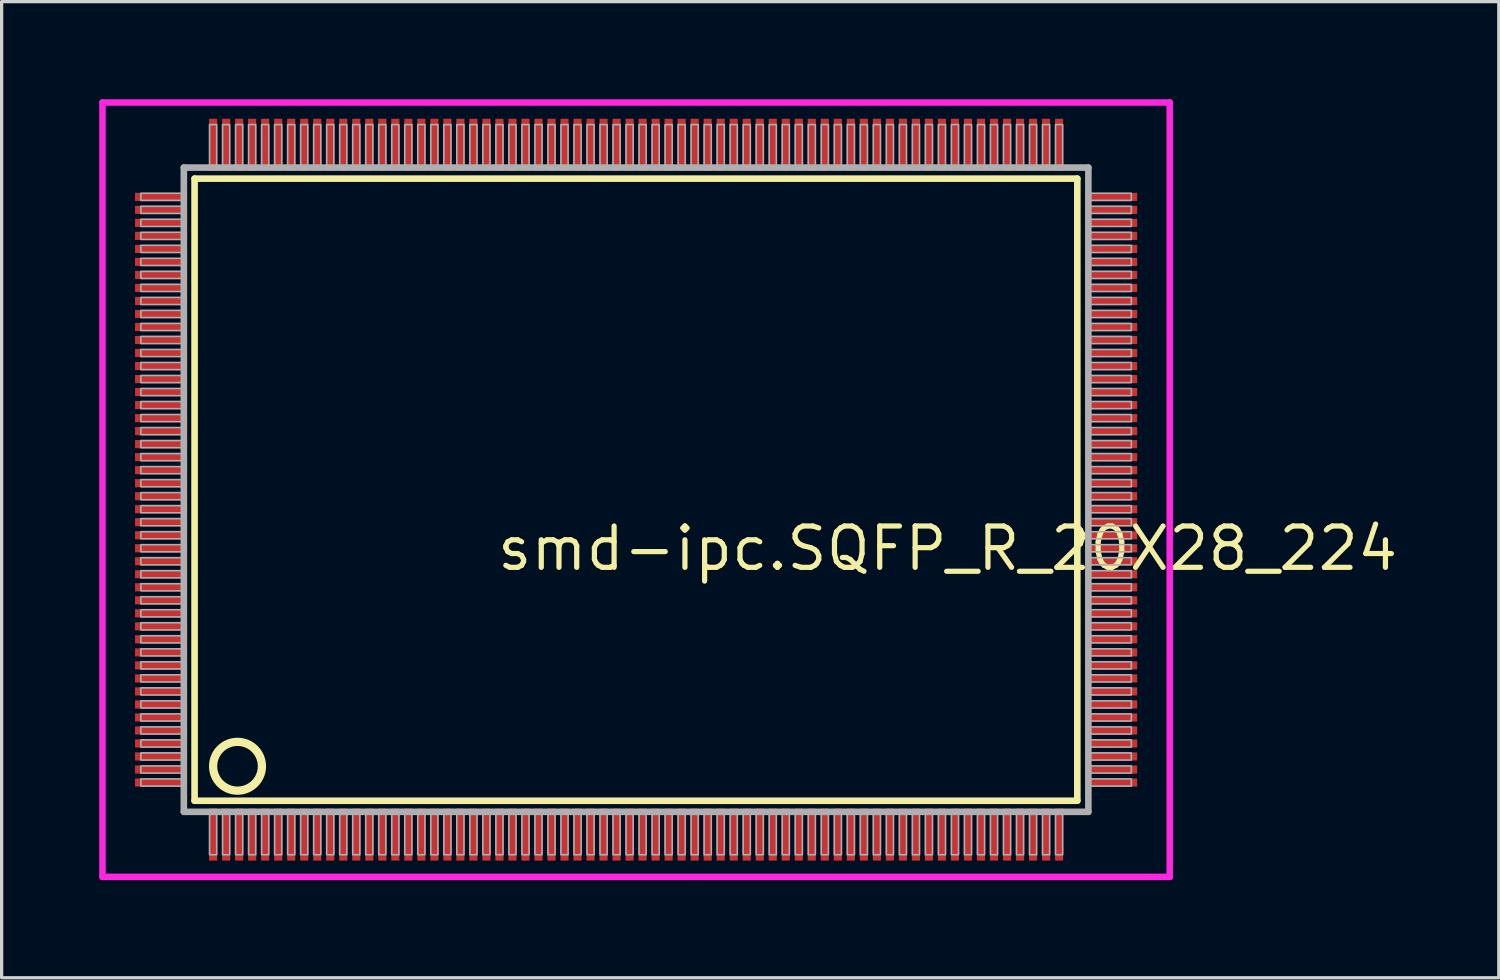
<source format=kicad_pcb>
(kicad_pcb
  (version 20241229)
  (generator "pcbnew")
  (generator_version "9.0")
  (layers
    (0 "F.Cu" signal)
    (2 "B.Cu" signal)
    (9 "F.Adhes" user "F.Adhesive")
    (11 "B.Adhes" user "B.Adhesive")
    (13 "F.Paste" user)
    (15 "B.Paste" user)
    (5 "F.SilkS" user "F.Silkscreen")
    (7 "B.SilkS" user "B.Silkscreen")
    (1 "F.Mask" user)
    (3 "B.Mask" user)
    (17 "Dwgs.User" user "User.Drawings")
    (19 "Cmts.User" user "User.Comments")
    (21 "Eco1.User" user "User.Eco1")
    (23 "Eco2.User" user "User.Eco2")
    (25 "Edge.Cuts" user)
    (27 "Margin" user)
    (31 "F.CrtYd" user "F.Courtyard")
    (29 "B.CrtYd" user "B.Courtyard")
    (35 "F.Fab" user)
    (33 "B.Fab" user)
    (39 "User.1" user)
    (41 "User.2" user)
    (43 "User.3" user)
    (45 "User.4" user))
  (footprint "smd-ipc.SQFP_R_20X28_224"
    (layer "F.Cu")
    (at 16.5 12)
    (property "Reference" "smd-ipc.SQFP_R_20X28_224" (at -4.35 2.55 0) (layer "F.SilkS") (effects (font (size 1.27 1.27) (thickness 0.16)) (justify left bottom)))
    (attr smd)
    (fp_line (start -13.57 -9.56) (end 13.56 -9.56) (stroke (width 0.203) (type default)) (layer "F.SilkS"))
    (fp_line (start -13.57 9.56) (end -13.57 -9.56) (stroke (width 0.203) (type default)) (layer "F.SilkS"))
    (fp_line (start 13.56 -9.56) (end 13.56 9.56) (stroke (width 0.203) (type default)) (layer "F.SilkS"))
    (fp_line (start 13.56 9.56) (end -13.57 9.56) (stroke (width 0.203) (type default)) (layer "F.SilkS"))
    (fp_circle (center -12.25 8.5) (end -11.5 8.5) (stroke (width 0.254) (type default)) (fill no) (layer "F.SilkS"))
    (fp_line (start -16.4 -11.9) (end 16.4 -11.9) (stroke (width 0.2) (type default)) (layer "F.CrtYd"))
    (fp_line (start -16.4 11.9) (end -16.4 -11.9) (stroke (width 0.2) (type default)) (layer "F.CrtYd"))
    (fp_line (start 16.4 -11.9) (end 16.4 11.9) (stroke (width 0.2) (type default)) (layer "F.CrtYd"))
    (fp_line (start 16.4 11.9) (end -16.4 11.9) (stroke (width 0.2) (type default)) (layer "F.CrtYd"))
    (fp_line (start -13.9 -9.9) (end -13.9 9.9) (stroke (width 0.203) (type default)) (layer "F.Fab"))
    (fp_line (start -13.9 9.9) (end 13.9 9.9) (stroke (width 0.203) (type default)) (layer "F.Fab"))
    (fp_line (start 13.9 -9.9) (end -13.9 -9.9) (stroke (width 0.203) (type default)) (layer "F.Fab"))
    (fp_line (start 13.9 9.9) (end 13.9 -9.9) (stroke (width 0.203) (type default)) (layer "F.Fab"))
    (fp_rect (start -15.22 -8.89) (end -13.95 -9.11) (stroke (width 0.05) (type default)) (fill no) (layer "F.Fab"))
    (fp_rect (start -15.22 -8.49) (end -13.95 -8.71) (stroke (width 0.05) (type default)) (fill no) (layer "F.Fab"))
    (fp_rect (start -15.22 -8.09) (end -13.95 -8.31) (stroke (width 0.05) (type default)) (fill no) (layer "F.Fab"))
    (fp_rect (start -15.22 -7.69) (end -13.95 -7.91) (stroke (width 0.05) (type default)) (fill no) (layer "F.Fab"))
    (fp_rect (start -15.22 -7.29) (end -13.95 -7.51) (stroke (width 0.05) (type default)) (fill no) (layer "F.Fab"))
    (fp_rect (start -15.22 -6.89) (end -13.95 -7.11) (stroke (width 0.05) (type default)) (fill no) (layer "F.Fab"))
    (fp_rect (start -15.22 -6.49) (end -13.95 -6.71) (stroke (width 0.05) (type default)) (fill no) (layer "F.Fab"))
    (fp_rect (start -15.22 -6.09) (end -13.95 -6.31) (stroke (width 0.05) (type default)) (fill no) (layer "F.Fab"))
    (fp_rect (start -15.22 -5.69) (end -13.95 -5.91) (stroke (width 0.05) (type default)) (fill no) (layer "F.Fab"))
    (fp_rect (start -15.22 -5.29) (end -13.95 -5.51) (stroke (width 0.05) (type default)) (fill no) (layer "F.Fab"))
    (fp_rect (start -15.22 -4.89) (end -13.95 -5.11) (stroke (width 0.05) (type default)) (fill no) (layer "F.Fab"))
    (fp_rect (start -15.22 -4.49) (end -13.95 -4.71) (stroke (width 0.05) (type default)) (fill no) (layer "F.Fab"))
    (fp_rect (start -15.22 -4.09) (end -13.95 -4.31) (stroke (width 0.05) (type default)) (fill no) (layer "F.Fab"))
    (fp_rect (start -15.22 -3.69) (end -13.95 -3.91) (stroke (width 0.05) (type default)) (fill no) (layer "F.Fab"))
    (fp_rect (start -15.22 -3.29) (end -13.95 -3.51) (stroke (width 0.05) (type default)) (fill no) (layer "F.Fab"))
    (fp_rect (start -15.22 -2.89) (end -13.95 -3.11) (stroke (width 0.05) (type default)) (fill no) (layer "F.Fab"))
    (fp_rect (start -15.22 -2.49) (end -13.95 -2.71) (stroke (width 0.05) (type default)) (fill no) (layer "F.Fab"))
    (fp_rect (start -15.22 -2.09) (end -13.95 -2.31) (stroke (width 0.05) (type default)) (fill no) (layer "F.Fab"))
    (fp_rect (start -15.22 -1.69) (end -13.95 -1.91) (stroke (width 0.05) (type default)) (fill no) (layer "F.Fab"))
    (fp_rect (start -15.22 -1.29) (end -13.95 -1.51) (stroke (width 0.05) (type default)) (fill no) (layer "F.Fab"))
    (fp_rect (start -15.22 -0.89) (end -13.95 -1.11) (stroke (width 0.05) (type default)) (fill no) (layer "F.Fab"))
    (fp_rect (start -15.22 -0.49) (end -13.95 -0.71) (stroke (width 0.05) (type default)) (fill no) (layer "F.Fab"))
    (fp_rect (start -15.22 -0.09) (end -13.95 -0.31) (stroke (width 0.05) (type default)) (fill no) (layer "F.Fab"))
    (fp_rect (start -15.22 0.31) (end -13.95 0.09) (stroke (width 0.05) (type default)) (fill no) (layer "F.Fab"))
    (fp_rect (start -15.22 0.71) (end -13.95 0.49) (stroke (width 0.05) (type default)) (fill no) (layer "F.Fab"))
    (fp_rect (start -15.22 1.11) (end -13.95 0.89) (stroke (width 0.05) (type default)) (fill no) (layer "F.Fab"))
    (fp_rect (start -15.22 1.51) (end -13.95 1.29) (stroke (width 0.05) (type default)) (fill no) (layer "F.Fab"))
    (fp_rect (start -15.22 1.91) (end -13.95 1.69) (stroke (width 0.05) (type default)) (fill no) (layer "F.Fab"))
    (fp_rect (start -15.22 2.31) (end -13.95 2.09) (stroke (width 0.05) (type default)) (fill no) (layer "F.Fab"))
    (fp_rect (start -15.22 2.71) (end -13.95 2.49) (stroke (width 0.05) (type default)) (fill no) (layer "F.Fab"))
    (fp_rect (start -15.22 3.11) (end -13.95 2.89) (stroke (width 0.05) (type default)) (fill no) (layer "F.Fab"))
    (fp_rect (start -15.22 3.51) (end -13.95 3.29) (stroke (width 0.05) (type default)) (fill no) (layer "F.Fab"))
    (fp_rect (start -15.22 3.91) (end -13.95 3.69) (stroke (width 0.05) (type default)) (fill no) (layer "F.Fab"))
    (fp_rect (start -15.22 4.31) (end -13.95 4.09) (stroke (width 0.05) (type default)) (fill no) (layer "F.Fab"))
    (fp_rect (start -15.22 4.71) (end -13.95 4.49) (stroke (width 0.05) (type default)) (fill no) (layer "F.Fab"))
    (fp_rect (start -15.22 5.11) (end -13.95 4.89) (stroke (width 0.05) (type default)) (fill no) (layer "F.Fab"))
    (fp_rect (start -15.22 5.51) (end -13.95 5.29) (stroke (width 0.05) (type default)) (fill no) (layer "F.Fab"))
    (fp_rect (start -15.22 5.91) (end -13.95 5.69) (stroke (width 0.05) (type default)) (fill no) (layer "F.Fab"))
    (fp_rect (start -15.22 6.31) (end -13.95 6.09) (stroke (width 0.05) (type default)) (fill no) (layer "F.Fab"))
    (fp_rect (start -15.22 6.71) (end -13.95 6.49) (stroke (width 0.05) (type default)) (fill no) (layer "F.Fab"))
    (fp_rect (start -15.22 7.11) (end -13.95 6.89) (stroke (width 0.05) (type default)) (fill no) (layer "F.Fab"))
    (fp_rect (start -15.22 7.51) (end -13.95 7.29) (stroke (width 0.05) (type default)) (fill no) (layer "F.Fab"))
    (fp_rect (start -15.22 7.91) (end -13.95 7.69) (stroke (width 0.05) (type default)) (fill no) (layer "F.Fab"))
    (fp_rect (start -15.22 8.31) (end -13.95 8.09) (stroke (width 0.05) (type default)) (fill no) (layer "F.Fab"))
    (fp_rect (start -15.22 8.71) (end -13.95 8.49) (stroke (width 0.05) (type default)) (fill no) (layer "F.Fab"))
    (fp_rect (start -15.22 9.11) (end -13.95 8.89) (stroke (width 0.05) (type default)) (fill no) (layer "F.Fab"))
    (fp_rect (start -13.11 -9.93) (end -12.89 -11.22) (stroke (width 0.05) (type default)) (fill no) (layer "F.Fab"))
    (fp_rect (start -13.11 11.22) (end -12.89 9.93) (stroke (width 0.05) (type default)) (fill no) (layer "F.Fab"))
    (fp_rect (start -12.71 -9.93) (end -12.49 -11.22) (stroke (width 0.05) (type default)) (fill no) (layer "F.Fab"))
    (fp_rect (start -12.71 11.22) (end -12.49 9.93) (stroke (width 0.05) (type default)) (fill no) (layer "F.Fab"))
    (fp_rect (start -12.31 -9.93) (end -12.09 -11.22) (stroke (width 0.05) (type default)) (fill no) (layer "F.Fab"))
    (fp_rect (start -12.31 11.22) (end -12.09 9.93) (stroke (width 0.05) (type default)) (fill no) (layer "F.Fab"))
    (fp_rect (start -11.91 -9.93) (end -11.69 -11.22) (stroke (width 0.05) (type default)) (fill no) (layer "F.Fab"))
    (fp_rect (start -11.91 11.22) (end -11.69 9.93) (stroke (width 0.05) (type default)) (fill no) (layer "F.Fab"))
    (fp_rect (start -11.51 -9.93) (end -11.29 -11.22) (stroke (width 0.05) (type default)) (fill no) (layer "F.Fab"))
    (fp_rect (start -11.51 11.22) (end -11.29 9.93) (stroke (width 0.05) (type default)) (fill no) (layer "F.Fab"))
    (fp_rect (start -11.11 -9.93) (end -10.89 -11.22) (stroke (width 0.05) (type default)) (fill no) (layer "F.Fab"))
    (fp_rect (start -11.11 11.22) (end -10.89 9.93) (stroke (width 0.05) (type default)) (fill no) (layer "F.Fab"))
    (fp_rect (start -10.71 -9.93) (end -10.49 -11.22) (stroke (width 0.05) (type default)) (fill no) (layer "F.Fab"))
    (fp_rect (start -10.71 11.22) (end -10.49 9.93) (stroke (width 0.05) (type default)) (fill no) (layer "F.Fab"))
    (fp_rect (start -10.31 -9.93) (end -10.09 -11.22) (stroke (width 0.05) (type default)) (fill no) (layer "F.Fab"))
    (fp_rect (start -10.31 11.22) (end -10.09 9.93) (stroke (width 0.05) (type default)) (fill no) (layer "F.Fab"))
    (fp_rect (start -9.91 -9.93) (end -9.69 -11.22) (stroke (width 0.05) (type default)) (fill no) (layer "F.Fab"))
    (fp_rect (start -9.91 11.22) (end -9.69 9.93) (stroke (width 0.05) (type default)) (fill no) (layer "F.Fab"))
    (fp_rect (start -9.51 -9.93) (end -9.29 -11.22) (stroke (width 0.05) (type default)) (fill no) (layer "F.Fab"))
    (fp_rect (start -9.51 11.22) (end -9.29 9.93) (stroke (width 0.05) (type default)) (fill no) (layer "F.Fab"))
    (fp_rect (start -9.11 -9.93) (end -8.89 -11.22) (stroke (width 0.05) (type default)) (fill no) (layer "F.Fab"))
    (fp_rect (start -9.11 11.22) (end -8.89 9.93) (stroke (width 0.05) (type default)) (fill no) (layer "F.Fab"))
    (fp_rect (start -8.71 -9.93) (end -8.49 -11.22) (stroke (width 0.05) (type default)) (fill no) (layer "F.Fab"))
    (fp_rect (start -8.71 11.22) (end -8.49 9.93) (stroke (width 0.05) (type default)) (fill no) (layer "F.Fab"))
    (fp_rect (start -8.31 -9.93) (end -8.09 -11.22) (stroke (width 0.05) (type default)) (fill no) (layer "F.Fab"))
    (fp_rect (start -8.31 11.22) (end -8.09 9.93) (stroke (width 0.05) (type default)) (fill no) (layer "F.Fab"))
    (fp_rect (start -7.91 -9.93) (end -7.69 -11.22) (stroke (width 0.05) (type default)) (fill no) (layer "F.Fab"))
    (fp_rect (start -7.91 11.22) (end -7.69 9.93) (stroke (width 0.05) (type default)) (fill no) (layer "F.Fab"))
    (fp_rect (start -7.51 -9.93) (end -7.29 -11.22) (stroke (width 0.05) (type default)) (fill no) (layer "F.Fab"))
    (fp_rect (start -7.51 11.22) (end -7.29 9.93) (stroke (width 0.05) (type default)) (fill no) (layer "F.Fab"))
    (fp_rect (start -7.11 -9.93) (end -6.89 -11.22) (stroke (width 0.05) (type default)) (fill no) (layer "F.Fab"))
    (fp_rect (start -7.11 11.22) (end -6.89 9.93) (stroke (width 0.05) (type default)) (fill no) (layer "F.Fab"))
    (fp_rect (start -6.71 -9.93) (end -6.49 -11.22) (stroke (width 0.05) (type default)) (fill no) (layer "F.Fab"))
    (fp_rect (start -6.71 11.22) (end -6.49 9.93) (stroke (width 0.05) (type default)) (fill no) (layer "F.Fab"))
    (fp_rect (start -6.31 -9.93) (end -6.09 -11.22) (stroke (width 0.05) (type default)) (fill no) (layer "F.Fab"))
    (fp_rect (start -6.31 11.22) (end -6.09 9.93) (stroke (width 0.05) (type default)) (fill no) (layer "F.Fab"))
    (fp_rect (start -5.91 -9.93) (end -5.69 -11.22) (stroke (width 0.05) (type default)) (fill no) (layer "F.Fab"))
    (fp_rect (start -5.91 11.22) (end -5.69 9.93) (stroke (width 0.05) (type default)) (fill no) (layer "F.Fab"))
    (fp_rect (start -5.51 -9.93) (end -5.29 -11.22) (stroke (width 0.05) (type default)) (fill no) (layer "F.Fab"))
    (fp_rect (start -5.51 11.22) (end -5.29 9.93) (stroke (width 0.05) (type default)) (fill no) (layer "F.Fab"))
    (fp_rect (start -5.11 -9.93) (end -4.89 -11.22) (stroke (width 0.05) (type default)) (fill no) (layer "F.Fab"))
    (fp_rect (start -5.11 11.22) (end -4.89 9.93) (stroke (width 0.05) (type default)) (fill no) (layer "F.Fab"))
    (fp_rect (start -4.71 -9.93) (end -4.49 -11.22) (stroke (width 0.05) (type default)) (fill no) (layer "F.Fab"))
    (fp_rect (start -4.71 11.22) (end -4.49 9.93) (stroke (width 0.05) (type default)) (fill no) (layer "F.Fab"))
    (fp_rect (start -4.31 -9.93) (end -4.09 -11.22) (stroke (width 0.05) (type default)) (fill no) (layer "F.Fab"))
    (fp_rect (start -4.31 11.22) (end -4.09 9.93) (stroke (width 0.05) (type default)) (fill no) (layer "F.Fab"))
    (fp_rect (start -3.91 -9.93) (end -3.69 -11.22) (stroke (width 0.05) (type default)) (fill no) (layer "F.Fab"))
    (fp_rect (start -3.91 11.22) (end -3.69 9.93) (stroke (width 0.05) (type default)) (fill no) (layer "F.Fab"))
    (fp_rect (start -3.51 -9.93) (end -3.29 -11.22) (stroke (width 0.05) (type default)) (fill no) (layer "F.Fab"))
    (fp_rect (start -3.51 11.22) (end -3.29 9.93) (stroke (width 0.05) (type default)) (fill no) (layer "F.Fab"))
    (fp_rect (start -3.11 -9.93) (end -2.89 -11.22) (stroke (width 0.05) (type default)) (fill no) (layer "F.Fab"))
    (fp_rect (start -3.11 11.22) (end -2.89 9.93) (stroke (width 0.05) (type default)) (fill no) (layer "F.Fab"))
    (fp_rect (start -2.71 -9.93) (end -2.49 -11.22) (stroke (width 0.05) (type default)) (fill no) (layer "F.Fab"))
    (fp_rect (start -2.71 11.22) (end -2.49 9.93) (stroke (width 0.05) (type default)) (fill no) (layer "F.Fab"))
    (fp_rect (start -2.31 -9.93) (end -2.09 -11.22) (stroke (width 0.05) (type default)) (fill no) (layer "F.Fab"))
    (fp_rect (start -2.31 11.22) (end -2.09 9.93) (stroke (width 0.05) (type default)) (fill no) (layer "F.Fab"))
    (fp_rect (start -1.91 -9.93) (end -1.69 -11.22) (stroke (width 0.05) (type default)) (fill no) (layer "F.Fab"))
    (fp_rect (start -1.91 11.22) (end -1.69 9.93) (stroke (width 0.05) (type default)) (fill no) (layer "F.Fab"))
    (fp_rect (start -1.51 -9.93) (end -1.29 -11.22) (stroke (width 0.05) (type default)) (fill no) (layer "F.Fab"))
    (fp_rect (start -1.51 11.22) (end -1.29 9.93) (stroke (width 0.05) (type default)) (fill no) (layer "F.Fab"))
    (fp_rect (start -1.11 -9.93) (end -0.89 -11.22) (stroke (width 0.05) (type default)) (fill no) (layer "F.Fab"))
    (fp_rect (start -1.11 11.22) (end -0.89 9.93) (stroke (width 0.05) (type default)) (fill no) (layer "F.Fab"))
    (fp_rect (start -0.71 -9.93) (end -0.49 -11.22) (stroke (width 0.05) (type default)) (fill no) (layer "F.Fab"))
    (fp_rect (start -0.71 11.22) (end -0.49 9.93) (stroke (width 0.05) (type default)) (fill no) (layer "F.Fab"))
    (fp_rect (start -0.31 -9.93) (end -0.09 -11.22) (stroke (width 0.05) (type default)) (fill no) (layer "F.Fab"))
    (fp_rect (start -0.31 11.22) (end -0.09 9.93) (stroke (width 0.05) (type default)) (fill no) (layer "F.Fab"))
    (fp_rect (start 0.09 -9.93) (end 0.31 -11.22) (stroke (width 0.05) (type default)) (fill no) (layer "F.Fab"))
    (fp_rect (start 0.09 11.22) (end 0.31 9.93) (stroke (width 0.05) (type default)) (fill no) (layer "F.Fab"))
    (fp_rect (start 0.49 -9.93) (end 0.71 -11.22) (stroke (width 0.05) (type default)) (fill no) (layer "F.Fab"))
    (fp_rect (start 0.49 11.22) (end 0.71 9.93) (stroke (width 0.05) (type default)) (fill no) (layer "F.Fab"))
    (fp_rect (start 0.89 -9.93) (end 1.11 -11.22) (stroke (width 0.05) (type default)) (fill no) (layer "F.Fab"))
    (fp_rect (start 0.89 11.22) (end 1.11 9.93) (stroke (width 0.05) (type default)) (fill no) (layer "F.Fab"))
    (fp_rect (start 1.29 -9.93) (end 1.51 -11.22) (stroke (width 0.05) (type default)) (fill no) (layer "F.Fab"))
    (fp_rect (start 1.29 11.22) (end 1.51 9.93) (stroke (width 0.05) (type default)) (fill no) (layer "F.Fab"))
    (fp_rect (start 1.69 -9.93) (end 1.91 -11.22) (stroke (width 0.05) (type default)) (fill no) (layer "F.Fab"))
    (fp_rect (start 1.69 11.22) (end 1.91 9.93) (stroke (width 0.05) (type default)) (fill no) (layer "F.Fab"))
    (fp_rect (start 2.09 -9.93) (end 2.31 -11.22) (stroke (width 0.05) (type default)) (fill no) (layer "F.Fab"))
    (fp_rect (start 2.09 11.22) (end 2.31 9.93) (stroke (width 0.05) (type default)) (fill no) (layer "F.Fab"))
    (fp_rect (start 2.49 -9.93) (end 2.71 -11.22) (stroke (width 0.05) (type default)) (fill no) (layer "F.Fab"))
    (fp_rect (start 2.49 11.22) (end 2.71 9.93) (stroke (width 0.05) (type default)) (fill no) (layer "F.Fab"))
    (fp_rect (start 2.89 -9.93) (end 3.11 -11.22) (stroke (width 0.05) (type default)) (fill no) (layer "F.Fab"))
    (fp_rect (start 2.89 11.22) (end 3.11 9.93) (stroke (width 0.05) (type default)) (fill no) (layer "F.Fab"))
    (fp_rect (start 3.29 -9.93) (end 3.51 -11.22) (stroke (width 0.05) (type default)) (fill no) (layer "F.Fab"))
    (fp_rect (start 3.29 11.22) (end 3.51 9.93) (stroke (width 0.05) (type default)) (fill no) (layer "F.Fab"))
    (fp_rect (start 3.69 -9.93) (end 3.91 -11.22) (stroke (width 0.05) (type default)) (fill no) (layer "F.Fab"))
    (fp_rect (start 3.69 11.22) (end 3.91 9.93) (stroke (width 0.05) (type default)) (fill no) (layer "F.Fab"))
    (fp_rect (start 4.09 -9.93) (end 4.31 -11.22) (stroke (width 0.05) (type default)) (fill no) (layer "F.Fab"))
    (fp_rect (start 4.09 11.22) (end 4.31 9.93) (stroke (width 0.05) (type default)) (fill no) (layer "F.Fab"))
    (fp_rect (start 4.49 -9.93) (end 4.71 -11.22) (stroke (width 0.05) (type default)) (fill no) (layer "F.Fab"))
    (fp_rect (start 4.49 11.22) (end 4.71 9.93) (stroke (width 0.05) (type default)) (fill no) (layer "F.Fab"))
    (fp_rect (start 4.89 -9.93) (end 5.11 -11.22) (stroke (width 0.05) (type default)) (fill no) (layer "F.Fab"))
    (fp_rect (start 4.89 11.22) (end 5.11 9.93) (stroke (width 0.05) (type default)) (fill no) (layer "F.Fab"))
    (fp_rect (start 5.29 -9.93) (end 5.51 -11.22) (stroke (width 0.05) (type default)) (fill no) (layer "F.Fab"))
    (fp_rect (start 5.29 11.22) (end 5.51 9.93) (stroke (width 0.05) (type default)) (fill no) (layer "F.Fab"))
    (fp_rect (start 5.69 -9.93) (end 5.91 -11.22) (stroke (width 0.05) (type default)) (fill no) (layer "F.Fab"))
    (fp_rect (start 5.69 11.22) (end 5.91 9.93) (stroke (width 0.05) (type default)) (fill no) (layer "F.Fab"))
    (fp_rect (start 6.09 -9.93) (end 6.31 -11.22) (stroke (width 0.05) (type default)) (fill no) (layer "F.Fab"))
    (fp_rect (start 6.09 11.22) (end 6.31 9.93) (stroke (width 0.05) (type default)) (fill no) (layer "F.Fab"))
    (fp_rect (start 6.49 -9.93) (end 6.71 -11.22) (stroke (width 0.05) (type default)) (fill no) (layer "F.Fab"))
    (fp_rect (start 6.49 11.22) (end 6.71 9.93) (stroke (width 0.05) (type default)) (fill no) (layer "F.Fab"))
    (fp_rect (start 6.89 -9.93) (end 7.11 -11.22) (stroke (width 0.05) (type default)) (fill no) (layer "F.Fab"))
    (fp_rect (start 6.89 11.22) (end 7.11 9.93) (stroke (width 0.05) (type default)) (fill no) (layer "F.Fab"))
    (fp_rect (start 7.29 -9.93) (end 7.51 -11.22) (stroke (width 0.05) (type default)) (fill no) (layer "F.Fab"))
    (fp_rect (start 7.29 11.22) (end 7.51 9.93) (stroke (width 0.05) (type default)) (fill no) (layer "F.Fab"))
    (fp_rect (start 7.69 -9.93) (end 7.91 -11.22) (stroke (width 0.05) (type default)) (fill no) (layer "F.Fab"))
    (fp_rect (start 7.69 11.22) (end 7.91 9.93) (stroke (width 0.05) (type default)) (fill no) (layer "F.Fab"))
    (fp_rect (start 8.09 -9.93) (end 8.31 -11.22) (stroke (width 0.05) (type default)) (fill no) (layer "F.Fab"))
    (fp_rect (start 8.09 11.22) (end 8.31 9.93) (stroke (width 0.05) (type default)) (fill no) (layer "F.Fab"))
    (fp_rect (start 8.49 -9.93) (end 8.71 -11.22) (stroke (width 0.05) (type default)) (fill no) (layer "F.Fab"))
    (fp_rect (start 8.49 11.22) (end 8.71 9.93) (stroke (width 0.05) (type default)) (fill no) (layer "F.Fab"))
    (fp_rect (start 8.89 -9.93) (end 9.11 -11.22) (stroke (width 0.05) (type default)) (fill no) (layer "F.Fab"))
    (fp_rect (start 8.89 11.22) (end 9.11 9.93) (stroke (width 0.05) (type default)) (fill no) (layer "F.Fab"))
    (fp_rect (start 9.29 -9.93) (end 9.51 -11.22) (stroke (width 0.05) (type default)) (fill no) (layer "F.Fab"))
    (fp_rect (start 9.29 11.22) (end 9.51 9.93) (stroke (width 0.05) (type default)) (fill no) (layer "F.Fab"))
    (fp_rect (start 9.69 -9.93) (end 9.91 -11.22) (stroke (width 0.05) (type default)) (fill no) (layer "F.Fab"))
    (fp_rect (start 9.69 11.22) (end 9.91 9.93) (stroke (width 0.05) (type default)) (fill no) (layer "F.Fab"))
    (fp_rect (start 10.09 -9.93) (end 10.31 -11.22) (stroke (width 0.05) (type default)) (fill no) (layer "F.Fab"))
    (fp_rect (start 10.09 11.22) (end 10.31 9.93) (stroke (width 0.05) (type default)) (fill no) (layer "F.Fab"))
    (fp_rect (start 10.49 -9.93) (end 10.71 -11.22) (stroke (width 0.05) (type default)) (fill no) (layer "F.Fab"))
    (fp_rect (start 10.49 11.22) (end 10.71 9.93) (stroke (width 0.05) (type default)) (fill no) (layer "F.Fab"))
    (fp_rect (start 10.89 -9.93) (end 11.11 -11.22) (stroke (width 0.05) (type default)) (fill no) (layer "F.Fab"))
    (fp_rect (start 10.89 11.22) (end 11.11 9.93) (stroke (width 0.05) (type default)) (fill no) (layer "F.Fab"))
    (fp_rect (start 11.29 -9.93) (end 11.51 -11.22) (stroke (width 0.05) (type default)) (fill no) (layer "F.Fab"))
    (fp_rect (start 11.29 11.22) (end 11.51 9.93) (stroke (width 0.05) (type default)) (fill no) (layer "F.Fab"))
    (fp_rect (start 11.69 -9.93) (end 11.91 -11.22) (stroke (width 0.05) (type default)) (fill no) (layer "F.Fab"))
    (fp_rect (start 11.69 11.22) (end 11.91 9.93) (stroke (width 0.05) (type default)) (fill no) (layer "F.Fab"))
    (fp_rect (start 12.09 -9.93) (end 12.31 -11.22) (stroke (width 0.05) (type default)) (fill no) (layer "F.Fab"))
    (fp_rect (start 12.09 11.22) (end 12.31 9.93) (stroke (width 0.05) (type default)) (fill no) (layer "F.Fab"))
    (fp_rect (start 12.49 -9.93) (end 12.71 -11.22) (stroke (width 0.05) (type default)) (fill no) (layer "F.Fab"))
    (fp_rect (start 12.49 11.22) (end 12.71 9.93) (stroke (width 0.05) (type default)) (fill no) (layer "F.Fab"))
    (fp_rect (start 12.89 -9.93) (end 13.11 -11.22) (stroke (width 0.05) (type default)) (fill no) (layer "F.Fab"))
    (fp_rect (start 12.89 11.22) (end 13.11 9.93) (stroke (width 0.05) (type default)) (fill no) (layer "F.Fab"))
    (fp_rect (start 13.95 -8.89) (end 15.22 -9.11) (stroke (width 0.05) (type default)) (fill no) (layer "F.Fab"))
    (fp_rect (start 13.95 -8.49) (end 15.22 -8.71) (stroke (width 0.05) (type default)) (fill no) (layer "F.Fab"))
    (fp_rect (start 13.95 -8.09) (end 15.22 -8.31) (stroke (width 0.05) (type default)) (fill no) (layer "F.Fab"))
    (fp_rect (start 13.95 -7.69) (end 15.22 -7.91) (stroke (width 0.05) (type default)) (fill no) (layer "F.Fab"))
    (fp_rect (start 13.95 -7.29) (end 15.22 -7.51) (stroke (width 0.05) (type default)) (fill no) (layer "F.Fab"))
    (fp_rect (start 13.95 -6.89) (end 15.22 -7.11) (stroke (width 0.05) (type default)) (fill no) (layer "F.Fab"))
    (fp_rect (start 13.95 -6.49) (end 15.22 -6.71) (stroke (width 0.05) (type default)) (fill no) (layer "F.Fab"))
    (fp_rect (start 13.95 -6.09) (end 15.22 -6.31) (stroke (width 0.05) (type default)) (fill no) (layer "F.Fab"))
    (fp_rect (start 13.95 -5.69) (end 15.22 -5.91) (stroke (width 0.05) (type default)) (fill no) (layer "F.Fab"))
    (fp_rect (start 13.95 -5.29) (end 15.22 -5.51) (stroke (width 0.05) (type default)) (fill no) (layer "F.Fab"))
    (fp_rect (start 13.95 -4.89) (end 15.22 -5.11) (stroke (width 0.05) (type default)) (fill no) (layer "F.Fab"))
    (fp_rect (start 13.95 -4.49) (end 15.22 -4.71) (stroke (width 0.05) (type default)) (fill no) (layer "F.Fab"))
    (fp_rect (start 13.95 -4.09) (end 15.22 -4.31) (stroke (width 0.05) (type default)) (fill no) (layer "F.Fab"))
    (fp_rect (start 13.95 -3.69) (end 15.22 -3.91) (stroke (width 0.05) (type default)) (fill no) (layer "F.Fab"))
    (fp_rect (start 13.95 -3.29) (end 15.22 -3.51) (stroke (width 0.05) (type default)) (fill no) (layer "F.Fab"))
    (fp_rect (start 13.95 -2.89) (end 15.22 -3.11) (stroke (width 0.05) (type default)) (fill no) (layer "F.Fab"))
    (fp_rect (start 13.95 -2.49) (end 15.22 -2.71) (stroke (width 0.05) (type default)) (fill no) (layer "F.Fab"))
    (fp_rect (start 13.95 -2.09) (end 15.22 -2.31) (stroke (width 0.05) (type default)) (fill no) (layer "F.Fab"))
    (fp_rect (start 13.95 -1.69) (end 15.22 -1.91) (stroke (width 0.05) (type default)) (fill no) (layer "F.Fab"))
    (fp_rect (start 13.95 -1.29) (end 15.22 -1.51) (stroke (width 0.05) (type default)) (fill no) (layer "F.Fab"))
    (fp_rect (start 13.95 -0.89) (end 15.22 -1.11) (stroke (width 0.05) (type default)) (fill no) (layer "F.Fab"))
    (fp_rect (start 13.95 -0.49) (end 15.22 -0.71) (stroke (width 0.05) (type default)) (fill no) (layer "F.Fab"))
    (fp_rect (start 13.95 -0.09) (end 15.22 -0.31) (stroke (width 0.05) (type default)) (fill no) (layer "F.Fab"))
    (fp_rect (start 13.95 0.31) (end 15.22 0.09) (stroke (width 0.05) (type default)) (fill no) (layer "F.Fab"))
    (fp_rect (start 13.95 0.71) (end 15.22 0.49) (stroke (width 0.05) (type default)) (fill no) (layer "F.Fab"))
    (fp_rect (start 13.95 1.11) (end 15.22 0.89) (stroke (width 0.05) (type default)) (fill no) (layer "F.Fab"))
    (fp_rect (start 13.95 1.51) (end 15.22 1.29) (stroke (width 0.05) (type default)) (fill no) (layer "F.Fab"))
    (fp_rect (start 13.95 1.91) (end 15.22 1.69) (stroke (width 0.05) (type default)) (fill no) (layer "F.Fab"))
    (fp_rect (start 13.95 2.31) (end 15.22 2.09) (stroke (width 0.05) (type default)) (fill no) (layer "F.Fab"))
    (fp_rect (start 13.95 2.71) (end 15.22 2.49) (stroke (width 0.05) (type default)) (fill no) (layer "F.Fab"))
    (fp_rect (start 13.95 3.11) (end 15.22 2.89) (stroke (width 0.05) (type default)) (fill no) (layer "F.Fab"))
    (fp_rect (start 13.95 3.51) (end 15.22 3.29) (stroke (width 0.05) (type default)) (fill no) (layer "F.Fab"))
    (fp_rect (start 13.95 3.91) (end 15.22 3.69) (stroke (width 0.05) (type default)) (fill no) (layer "F.Fab"))
    (fp_rect (start 13.95 4.31) (end 15.22 4.09) (stroke (width 0.05) (type default)) (fill no) (layer "F.Fab"))
    (fp_rect (start 13.95 4.71) (end 15.22 4.49) (stroke (width 0.05) (type default)) (fill no) (layer "F.Fab"))
    (fp_rect (start 13.95 5.11) (end 15.22 4.89) (stroke (width 0.05) (type default)) (fill no) (layer "F.Fab"))
    (fp_rect (start 13.95 5.51) (end 15.22 5.29) (stroke (width 0.05) (type default)) (fill no) (layer "F.Fab"))
    (fp_rect (start 13.95 5.91) (end 15.22 5.69) (stroke (width 0.05) (type default)) (fill no) (layer "F.Fab"))
    (fp_rect (start 13.95 6.31) (end 15.22 6.09) (stroke (width 0.05) (type default)) (fill no) (layer "F.Fab"))
    (fp_rect (start 13.95 6.71) (end 15.22 6.49) (stroke (width 0.05) (type default)) (fill no) (layer "F.Fab"))
    (fp_rect (start 13.95 7.11) (end 15.22 6.89) (stroke (width 0.05) (type default)) (fill no) (layer "F.Fab"))
    (fp_rect (start 13.95 7.51) (end 15.22 7.29) (stroke (width 0.05) (type default)) (fill no) (layer "F.Fab"))
    (fp_rect (start 13.95 7.91) (end 15.22 7.69) (stroke (width 0.05) (type default)) (fill no) (layer "F.Fab"))
    (fp_rect (start 13.95 8.31) (end 15.22 8.09) (stroke (width 0.05) (type default)) (fill no) (layer "F.Fab"))
    (fp_rect (start 13.95 8.71) (end 15.22 8.49) (stroke (width 0.05) (type default)) (fill no) (layer "F.Fab"))
    (fp_rect (start 13.95 9.11) (end 15.22 8.89) (stroke (width 0.05) (type default)) (fill no) (layer "F.Fab"))
    (pad "1" smd roundrect (at -13 10.6) (size 0.25 1.6) (layers "F.Cu" "F.Mask" "F.Paste") (roundrect_rratio 0.01))
    (pad "2" smd roundrect (at -12.6 10.6) (size 0.25 1.6) (layers "F.Cu" "F.Mask" "F.Paste") (roundrect_rratio 0.01))
    (pad "3" smd roundrect (at -12.2 10.6) (size 0.25 1.6) (layers "F.Cu" "F.Mask" "F.Paste") (roundrect_rratio 0.01))
    (pad "4" smd roundrect (at -11.8 10.6) (size 0.25 1.6) (layers "F.Cu" "F.Mask" "F.Paste") (roundrect_rratio 0.01))
    (pad "5" smd roundrect (at -11.4 10.6) (size 0.25 1.6) (layers "F.Cu" "F.Mask" "F.Paste") (roundrect_rratio 0.01))
    (pad "6" smd roundrect (at -11 10.6) (size 0.25 1.6) (layers "F.Cu" "F.Mask" "F.Paste") (roundrect_rratio 0.01))
    (pad "7" smd roundrect (at -10.6 10.6) (size 0.25 1.6) (layers "F.Cu" "F.Mask" "F.Paste") (roundrect_rratio 0.01))
    (pad "8" smd roundrect (at -10.2 10.6) (size 0.25 1.6) (layers "F.Cu" "F.Mask" "F.Paste") (roundrect_rratio 0.01))
    (pad "9" smd roundrect (at -9.8 10.6) (size 0.25 1.6) (layers "F.Cu" "F.Mask" "F.Paste") (roundrect_rratio 0.01))
    (pad "10" smd roundrect (at -9.4 10.6) (size 0.25 1.6) (layers "F.Cu" "F.Mask" "F.Paste") (roundrect_rratio 0.01))
    (pad "11" smd roundrect (at -9 10.6) (size 0.25 1.6) (layers "F.Cu" "F.Mask" "F.Paste") (roundrect_rratio 0.01))
    (pad "12" smd roundrect (at -8.6 10.6) (size 0.25 1.6) (layers "F.Cu" "F.Mask" "F.Paste") (roundrect_rratio 0.01))
    (pad "13" smd roundrect (at -8.2 10.6) (size 0.25 1.6) (layers "F.Cu" "F.Mask" "F.Paste") (roundrect_rratio 0.01))
    (pad "14" smd roundrect (at -7.8 10.6) (size 0.25 1.6) (layers "F.Cu" "F.Mask" "F.Paste") (roundrect_rratio 0.01))
    (pad "15" smd roundrect (at -7.4 10.6) (size 0.25 1.6) (layers "F.Cu" "F.Mask" "F.Paste") (roundrect_rratio 0.01))
    (pad "16" smd roundrect (at -7 10.6) (size 0.25 1.6) (layers "F.Cu" "F.Mask" "F.Paste") (roundrect_rratio 0.01))
    (pad "17" smd roundrect (at -6.6 10.6) (size 0.25 1.6) (layers "F.Cu" "F.Mask" "F.Paste") (roundrect_rratio 0.01))
    (pad "18" smd roundrect (at -6.2 10.6) (size 0.25 1.6) (layers "F.Cu" "F.Mask" "F.Paste") (roundrect_rratio 0.01))
    (pad "19" smd roundrect (at -5.8 10.6) (size 0.25 1.6) (layers "F.Cu" "F.Mask" "F.Paste") (roundrect_rratio 0.01))
    (pad "20" smd roundrect (at -5.4 10.6) (size 0.25 1.6) (layers "F.Cu" "F.Mask" "F.Paste") (roundrect_rratio 0.01))
    (pad "21" smd roundrect (at -5 10.6) (size 0.25 1.6) (layers "F.Cu" "F.Mask" "F.Paste") (roundrect_rratio 0.01))
    (pad "22" smd roundrect (at -4.6 10.6) (size 0.25 1.6) (layers "F.Cu" "F.Mask" "F.Paste") (roundrect_rratio 0.01))
    (pad "23" smd roundrect (at -4.2 10.6) (size 0.25 1.6) (layers "F.Cu" "F.Mask" "F.Paste") (roundrect_rratio 0.01))
    (pad "24" smd roundrect (at -3.8 10.6) (size 0.25 1.6) (layers "F.Cu" "F.Mask" "F.Paste") (roundrect_rratio 0.01))
    (pad "25" smd roundrect (at -3.4 10.6) (size 0.25 1.6) (layers "F.Cu" "F.Mask" "F.Paste") (roundrect_rratio 0.01))
    (pad "26" smd roundrect (at -3 10.6) (size 0.25 1.6) (layers "F.Cu" "F.Mask" "F.Paste") (roundrect_rratio 0.01))
    (pad "27" smd roundrect (at -2.6 10.6) (size 0.25 1.6) (layers "F.Cu" "F.Mask" "F.Paste") (roundrect_rratio 0.01))
    (pad "28" smd roundrect (at -2.2 10.6) (size 0.25 1.6) (layers "F.Cu" "F.Mask" "F.Paste") (roundrect_rratio 0.01))
    (pad "29" smd roundrect (at -1.8 10.6) (size 0.25 1.6) (layers "F.Cu" "F.Mask" "F.Paste") (roundrect_rratio 0.01))
    (pad "30" smd roundrect (at -1.4 10.6) (size 0.25 1.6) (layers "F.Cu" "F.Mask" "F.Paste") (roundrect_rratio 0.01))
    (pad "31" smd roundrect (at -1 10.6) (size 0.25 1.6) (layers "F.Cu" "F.Mask" "F.Paste") (roundrect_rratio 0.01))
    (pad "32" smd roundrect (at -0.6 10.6) (size 0.25 1.6) (layers "F.Cu" "F.Mask" "F.Paste") (roundrect_rratio 0.01))
    (pad "33" smd roundrect (at -0.2 10.6) (size 0.25 1.6) (layers "F.Cu" "F.Mask" "F.Paste") (roundrect_rratio 0.01))
    (pad "34" smd roundrect (at 0.2 10.6) (size 0.25 1.6) (layers "F.Cu" "F.Mask" "F.Paste") (roundrect_rratio 0.01))
    (pad "35" smd roundrect (at 0.6 10.6) (size 0.25 1.6) (layers "F.Cu" "F.Mask" "F.Paste") (roundrect_rratio 0.01))
    (pad "36" smd roundrect (at 1 10.6) (size 0.25 1.6) (layers "F.Cu" "F.Mask" "F.Paste") (roundrect_rratio 0.01))
    (pad "37" smd roundrect (at 1.4 10.6) (size 0.25 1.6) (layers "F.Cu" "F.Mask" "F.Paste") (roundrect_rratio 0.01))
    (pad "38" smd roundrect (at 1.8 10.6) (size 0.25 1.6) (layers "F.Cu" "F.Mask" "F.Paste") (roundrect_rratio 0.01))
    (pad "39" smd roundrect (at 2.2 10.6) (size 0.25 1.6) (layers "F.Cu" "F.Mask" "F.Paste") (roundrect_rratio 0.01))
    (pad "40" smd roundrect (at 2.6 10.6) (size 0.25 1.6) (layers "F.Cu" "F.Mask" "F.Paste") (roundrect_rratio 0.01))
    (pad "41" smd roundrect (at 3 10.6) (size 0.25 1.6) (layers "F.Cu" "F.Mask" "F.Paste") (roundrect_rratio 0.01))
    (pad "42" smd roundrect (at 3.4 10.6) (size 0.25 1.6) (layers "F.Cu" "F.Mask" "F.Paste") (roundrect_rratio 0.01))
    (pad "43" smd roundrect (at 3.8 10.6) (size 0.25 1.6) (layers "F.Cu" "F.Mask" "F.Paste") (roundrect_rratio 0.01))
    (pad "44" smd roundrect (at 4.2 10.6) (size 0.25 1.6) (layers "F.Cu" "F.Mask" "F.Paste") (roundrect_rratio 0.01))
    (pad "45" smd roundrect (at 4.6 10.6) (size 0.25 1.6) (layers "F.Cu" "F.Mask" "F.Paste") (roundrect_rratio 0.01))
    (pad "46" smd roundrect (at 5 10.6) (size 0.25 1.6) (layers "F.Cu" "F.Mask" "F.Paste") (roundrect_rratio 0.01))
    (pad "47" smd roundrect (at 5.4 10.6) (size 0.25 1.6) (layers "F.Cu" "F.Mask" "F.Paste") (roundrect_rratio 0.01))
    (pad "48" smd roundrect (at 5.8 10.6) (size 0.25 1.6) (layers "F.Cu" "F.Mask" "F.Paste") (roundrect_rratio 0.01))
    (pad "49" smd roundrect (at 6.2 10.6) (size 0.25 1.6) (layers "F.Cu" "F.Mask" "F.Paste") (roundrect_rratio 0.01))
    (pad "50" smd roundrect (at 6.6 10.6) (size 0.25 1.6) (layers "F.Cu" "F.Mask" "F.Paste") (roundrect_rratio 0.01))
    (pad "51" smd roundrect (at 7 10.6) (size 0.25 1.6) (layers "F.Cu" "F.Mask" "F.Paste") (roundrect_rratio 0.01))
    (pad "52" smd roundrect (at 7.4 10.6) (size 0.25 1.6) (layers "F.Cu" "F.Mask" "F.Paste") (roundrect_rratio 0.01))
    (pad "53" smd roundrect (at 7.8 10.6) (size 0.25 1.6) (layers "F.Cu" "F.Mask" "F.Paste") (roundrect_rratio 0.01))
    (pad "54" smd roundrect (at 8.2 10.6) (size 0.25 1.6) (layers "F.Cu" "F.Mask" "F.Paste") (roundrect_rratio 0.01))
    (pad "55" smd roundrect (at 8.6 10.6) (size 0.25 1.6) (layers "F.Cu" "F.Mask" "F.Paste") (roundrect_rratio 0.01))
    (pad "56" smd roundrect (at 9 10.6) (size 0.25 1.6) (layers "F.Cu" "F.Mask" "F.Paste") (roundrect_rratio 0.01))
    (pad "57" smd roundrect (at 9.4 10.6) (size 0.25 1.6) (layers "F.Cu" "F.Mask" "F.Paste") (roundrect_rratio 0.01))
    (pad "58" smd roundrect (at 9.8 10.6) (size 0.25 1.6) (layers "F.Cu" "F.Mask" "F.Paste") (roundrect_rratio 0.01))
    (pad "59" smd roundrect (at 10.2 10.6) (size 0.25 1.6) (layers "F.Cu" "F.Mask" "F.Paste") (roundrect_rratio 0.01))
    (pad "60" smd roundrect (at 10.6 10.6) (size 0.25 1.6) (layers "F.Cu" "F.Mask" "F.Paste") (roundrect_rratio 0.01))
    (pad "61" smd roundrect (at 11 10.6) (size 0.25 1.6) (layers "F.Cu" "F.Mask" "F.Paste") (roundrect_rratio 0.01))
    (pad "62" smd roundrect (at 11.4 10.6) (size 0.25 1.6) (layers "F.Cu" "F.Mask" "F.Paste") (roundrect_rratio 0.01))
    (pad "63" smd roundrect (at 11.8 10.6) (size 0.25 1.6) (layers "F.Cu" "F.Mask" "F.Paste") (roundrect_rratio 0.01))
    (pad "64" smd roundrect (at 12.2 10.6) (size 0.25 1.6) (layers "F.Cu" "F.Mask" "F.Paste") (roundrect_rratio 0.01))
    (pad "65" smd roundrect (at 12.6 10.6) (size 0.25 1.6) (layers "F.Cu" "F.Mask" "F.Paste") (roundrect_rratio 0.01))
    (pad "66" smd roundrect (at 13 10.6) (size 0.25 1.6) (layers "F.Cu" "F.Mask" "F.Paste") (roundrect_rratio 0.01))
    (pad "67" smd roundrect (at 14.6 9) (size 1.6 0.25) (layers "F.Cu" "F.Mask" "F.Paste") (roundrect_rratio 0.01))
    (pad "68" smd roundrect (at 14.6 8.6) (size 1.6 0.25) (layers "F.Cu" "F.Mask" "F.Paste") (roundrect_rratio 0.01))
    (pad "69" smd roundrect (at 14.6 8.2) (size 1.6 0.25) (layers "F.Cu" "F.Mask" "F.Paste") (roundrect_rratio 0.01))
    (pad "70" smd roundrect (at 14.6 7.8) (size 1.6 0.25) (layers "F.Cu" "F.Mask" "F.Paste") (roundrect_rratio 0.01))
    (pad "71" smd roundrect (at 14.6 7.4) (size 1.6 0.25) (layers "F.Cu" "F.Mask" "F.Paste") (roundrect_rratio 0.01))
    (pad "72" smd roundrect (at 14.6 7) (size 1.6 0.25) (layers "F.Cu" "F.Mask" "F.Paste") (roundrect_rratio 0.01))
    (pad "73" smd roundrect (at 14.6 6.6) (size 1.6 0.25) (layers "F.Cu" "F.Mask" "F.Paste") (roundrect_rratio 0.01))
    (pad "74" smd roundrect (at 14.6 6.2) (size 1.6 0.25) (layers "F.Cu" "F.Mask" "F.Paste") (roundrect_rratio 0.01))
    (pad "75" smd roundrect (at 14.6 5.8) (size 1.6 0.25) (layers "F.Cu" "F.Mask" "F.Paste") (roundrect_rratio 0.01))
    (pad "76" smd roundrect (at 14.6 5.4) (size 1.6 0.25) (layers "F.Cu" "F.Mask" "F.Paste") (roundrect_rratio 0.01))
    (pad "77" smd roundrect (at 14.6 5) (size 1.6 0.25) (layers "F.Cu" "F.Mask" "F.Paste") (roundrect_rratio 0.01))
    (pad "78" smd roundrect (at 14.6 4.6) (size 1.6 0.25) (layers "F.Cu" "F.Mask" "F.Paste") (roundrect_rratio 0.01))
    (pad "79" smd roundrect (at 14.6 4.2) (size 1.6 0.25) (layers "F.Cu" "F.Mask" "F.Paste") (roundrect_rratio 0.01))
    (pad "80" smd roundrect (at 14.6 3.8) (size 1.6 0.25) (layers "F.Cu" "F.Mask" "F.Paste") (roundrect_rratio 0.01))
    (pad "81" smd roundrect (at 14.6 3.4) (size 1.6 0.25) (layers "F.Cu" "F.Mask" "F.Paste") (roundrect_rratio 0.01))
    (pad "82" smd roundrect (at 14.6 3) (size 1.6 0.25) (layers "F.Cu" "F.Mask" "F.Paste") (roundrect_rratio 0.01))
    (pad "83" smd roundrect (at 14.6 2.6) (size 1.6 0.25) (layers "F.Cu" "F.Mask" "F.Paste") (roundrect_rratio 0.01))
    (pad "84" smd roundrect (at 14.6 2.2) (size 1.6 0.25) (layers "F.Cu" "F.Mask" "F.Paste") (roundrect_rratio 0.01))
    (pad "85" smd roundrect (at 14.6 1.8) (size 1.6 0.25) (layers "F.Cu" "F.Mask" "F.Paste") (roundrect_rratio 0.01))
    (pad "86" smd roundrect (at 14.6 1.4) (size 1.6 0.25) (layers "F.Cu" "F.Mask" "F.Paste") (roundrect_rratio 0.01))
    (pad "87" smd roundrect (at 14.6 1) (size 1.6 0.25) (layers "F.Cu" "F.Mask" "F.Paste") (roundrect_rratio 0.01))
    (pad "88" smd roundrect (at 14.6 0.6) (size 1.6 0.25) (layers "F.Cu" "F.Mask" "F.Paste") (roundrect_rratio 0.01))
    (pad "89" smd roundrect (at 14.6 0.2) (size 1.6 0.25) (layers "F.Cu" "F.Mask" "F.Paste") (roundrect_rratio 0.01))
    (pad "90" smd roundrect (at 14.6 -0.2) (size 1.6 0.25) (layers "F.Cu" "F.Mask" "F.Paste") (roundrect_rratio 0.01))
    (pad "91" smd roundrect (at 14.6 -0.6) (size 1.6 0.25) (layers "F.Cu" "F.Mask" "F.Paste") (roundrect_rratio 0.01))
    (pad "92" smd roundrect (at 14.6 -1) (size 1.6 0.25) (layers "F.Cu" "F.Mask" "F.Paste") (roundrect_rratio 0.01))
    (pad "93" smd roundrect (at 14.6 -1.4) (size 1.6 0.25) (layers "F.Cu" "F.Mask" "F.Paste") (roundrect_rratio 0.01))
    (pad "94" smd roundrect (at 14.6 -1.8) (size 1.6 0.25) (layers "F.Cu" "F.Mask" "F.Paste") (roundrect_rratio 0.01))
    (pad "95" smd roundrect (at 14.6 -2.2) (size 1.6 0.25) (layers "F.Cu" "F.Mask" "F.Paste") (roundrect_rratio 0.01))
    (pad "96" smd roundrect (at 14.6 -2.6) (size 1.6 0.25) (layers "F.Cu" "F.Mask" "F.Paste") (roundrect_rratio 0.01))
    (pad "97" smd roundrect (at 14.6 -3) (size 1.6 0.25) (layers "F.Cu" "F.Mask" "F.Paste") (roundrect_rratio 0.01))
    (pad "98" smd roundrect (at 14.6 -3.4) (size 1.6 0.25) (layers "F.Cu" "F.Mask" "F.Paste") (roundrect_rratio 0.01))
    (pad "99" smd roundrect (at 14.6 -3.8) (size 1.6 0.25) (layers "F.Cu" "F.Mask" "F.Paste") (roundrect_rratio 0.01))
    (pad "100" smd roundrect (at 14.6 -4.2) (size 1.6 0.25) (layers "F.Cu" "F.Mask" "F.Paste") (roundrect_rratio 0.01))
    (pad "101" smd roundrect (at 14.6 -4.6) (size 1.6 0.25) (layers "F.Cu" "F.Mask" "F.Paste") (roundrect_rratio 0.01))
    (pad "102" smd roundrect (at 14.6 -5) (size 1.6 0.25) (layers "F.Cu" "F.Mask" "F.Paste") (roundrect_rratio 0.01))
    (pad "103" smd roundrect (at 14.6 -5.4) (size 1.6 0.25) (layers "F.Cu" "F.Mask" "F.Paste") (roundrect_rratio 0.01))
    (pad "104" smd roundrect (at 14.6 -5.8) (size 1.6 0.25) (layers "F.Cu" "F.Mask" "F.Paste") (roundrect_rratio 0.01))
    (pad "105" smd roundrect (at 14.6 -6.2) (size 1.6 0.25) (layers "F.Cu" "F.Mask" "F.Paste") (roundrect_rratio 0.01))
    (pad "106" smd roundrect (at 14.6 -6.6) (size 1.6 0.25) (layers "F.Cu" "F.Mask" "F.Paste") (roundrect_rratio 0.01))
    (pad "107" smd roundrect (at 14.6 -7) (size 1.6 0.25) (layers "F.Cu" "F.Mask" "F.Paste") (roundrect_rratio 0.01))
    (pad "108" smd roundrect (at 14.6 -7.4) (size 1.6 0.25) (layers "F.Cu" "F.Mask" "F.Paste") (roundrect_rratio 0.01))
    (pad "109" smd roundrect (at 14.6 -7.8) (size 1.6 0.25) (layers "F.Cu" "F.Mask" "F.Paste") (roundrect_rratio 0.01))
    (pad "110" smd roundrect (at 14.6 -8.2) (size 1.6 0.25) (layers "F.Cu" "F.Mask" "F.Paste") (roundrect_rratio 0.01))
    (pad "111" smd roundrect (at 14.6 -8.6) (size 1.6 0.25) (layers "F.Cu" "F.Mask" "F.Paste") (roundrect_rratio 0.01))
    (pad "112" smd roundrect (at 14.6 -9) (size 1.6 0.25) (layers "F.Cu" "F.Mask" "F.Paste") (roundrect_rratio 0.01))
    (pad "113" smd roundrect (at 13 -10.6) (size 0.25 1.6) (layers "F.Cu" "F.Mask" "F.Paste") (roundrect_rratio 0.01))
    (pad "114" smd roundrect (at 12.6 -10.6) (size 0.25 1.6) (layers "F.Cu" "F.Mask" "F.Paste") (roundrect_rratio 0.01))
    (pad "115" smd roundrect (at 12.2 -10.6) (size 0.25 1.6) (layers "F.Cu" "F.Mask" "F.Paste") (roundrect_rratio 0.01))
    (pad "116" smd roundrect (at 11.8 -10.6) (size 0.25 1.6) (layers "F.Cu" "F.Mask" "F.Paste") (roundrect_rratio 0.01))
    (pad "117" smd roundrect (at 11.4 -10.6) (size 0.25 1.6) (layers "F.Cu" "F.Mask" "F.Paste") (roundrect_rratio 0.01))
    (pad "118" smd roundrect (at 11 -10.6) (size 0.25 1.6) (layers "F.Cu" "F.Mask" "F.Paste") (roundrect_rratio 0.01))
    (pad "119" smd roundrect (at 10.6 -10.6) (size 0.25 1.6) (layers "F.Cu" "F.Mask" "F.Paste") (roundrect_rratio 0.01))
    (pad "120" smd roundrect (at 10.2 -10.6) (size 0.25 1.6) (layers "F.Cu" "F.Mask" "F.Paste") (roundrect_rratio 0.01))
    (pad "121" smd roundrect (at 9.8 -10.6) (size 0.25 1.6) (layers "F.Cu" "F.Mask" "F.Paste") (roundrect_rratio 0.01))
    (pad "122" smd roundrect (at 9.4 -10.6) (size 0.25 1.6) (layers "F.Cu" "F.Mask" "F.Paste") (roundrect_rratio 0.01))
    (pad "123" smd roundrect (at 9 -10.6) (size 0.25 1.6) (layers "F.Cu" "F.Mask" "F.Paste") (roundrect_rratio 0.01))
    (pad "124" smd roundrect (at 8.6 -10.6) (size 0.25 1.6) (layers "F.Cu" "F.Mask" "F.Paste") (roundrect_rratio 0.01))
    (pad "125" smd roundrect (at 8.2 -10.6) (size 0.25 1.6) (layers "F.Cu" "F.Mask" "F.Paste") (roundrect_rratio 0.01))
    (pad "126" smd roundrect (at 7.8 -10.6) (size 0.25 1.6) (layers "F.Cu" "F.Mask" "F.Paste") (roundrect_rratio 0.01))
    (pad "127" smd roundrect (at 7.4 -10.6) (size 0.25 1.6) (layers "F.Cu" "F.Mask" "F.Paste") (roundrect_rratio 0.01))
    (pad "128" smd roundrect (at 7 -10.6) (size 0.25 1.6) (layers "F.Cu" "F.Mask" "F.Paste") (roundrect_rratio 0.01))
    (pad "129" smd roundrect (at 6.6 -10.6) (size 0.25 1.6) (layers "F.Cu" "F.Mask" "F.Paste") (roundrect_rratio 0.01))
    (pad "130" smd roundrect (at 6.2 -10.6) (size 0.25 1.6) (layers "F.Cu" "F.Mask" "F.Paste") (roundrect_rratio 0.01))
    (pad "131" smd roundrect (at 5.8 -10.6) (size 0.25 1.6) (layers "F.Cu" "F.Mask" "F.Paste") (roundrect_rratio 0.01))
    (pad "132" smd roundrect (at 5.4 -10.6) (size 0.25 1.6) (layers "F.Cu" "F.Mask" "F.Paste") (roundrect_rratio 0.01))
    (pad "133" smd roundrect (at 5 -10.6) (size 0.25 1.6) (layers "F.Cu" "F.Mask" "F.Paste") (roundrect_rratio 0.01))
    (pad "134" smd roundrect (at 4.6 -10.6) (size 0.25 1.6) (layers "F.Cu" "F.Mask" "F.Paste") (roundrect_rratio 0.01))
    (pad "135" smd roundrect (at 4.2 -10.6) (size 0.25 1.6) (layers "F.Cu" "F.Mask" "F.Paste") (roundrect_rratio 0.01))
    (pad "136" smd roundrect (at 3.8 -10.6) (size 0.25 1.6) (layers "F.Cu" "F.Mask" "F.Paste") (roundrect_rratio 0.01))
    (pad "137" smd roundrect (at 3.4 -10.6) (size 0.25 1.6) (layers "F.Cu" "F.Mask" "F.Paste") (roundrect_rratio 0.01))
    (pad "138" smd roundrect (at 3 -10.6) (size 0.25 1.6) (layers "F.Cu" "F.Mask" "F.Paste") (roundrect_rratio 0.01))
    (pad "139" smd roundrect (at 2.6 -10.6) (size 0.25 1.6) (layers "F.Cu" "F.Mask" "F.Paste") (roundrect_rratio 0.01))
    (pad "140" smd roundrect (at 2.2 -10.6) (size 0.25 1.6) (layers "F.Cu" "F.Mask" "F.Paste") (roundrect_rratio 0.01))
    (pad "141" smd roundrect (at 1.8 -10.6) (size 0.25 1.6) (layers "F.Cu" "F.Mask" "F.Paste") (roundrect_rratio 0.01))
    (pad "142" smd roundrect (at 1.4 -10.6) (size 0.25 1.6) (layers "F.Cu" "F.Mask" "F.Paste") (roundrect_rratio 0.01))
    (pad "143" smd roundrect (at 1 -10.6) (size 0.25 1.6) (layers "F.Cu" "F.Mask" "F.Paste") (roundrect_rratio 0.01))
    (pad "144" smd roundrect (at 0.6 -10.6) (size 0.25 1.6) (layers "F.Cu" "F.Mask" "F.Paste") (roundrect_rratio 0.01))
    (pad "145" smd roundrect (at 0.2 -10.6) (size 0.25 1.6) (layers "F.Cu" "F.Mask" "F.Paste") (roundrect_rratio 0.01))
    (pad "146" smd roundrect (at -0.2 -10.6) (size 0.25 1.6) (layers "F.Cu" "F.Mask" "F.Paste") (roundrect_rratio 0.01))
    (pad "147" smd roundrect (at -0.6 -10.6) (size 0.25 1.6) (layers "F.Cu" "F.Mask" "F.Paste") (roundrect_rratio 0.01))
    (pad "148" smd roundrect (at -1 -10.6) (size 0.25 1.6) (layers "F.Cu" "F.Mask" "F.Paste") (roundrect_rratio 0.01))
    (pad "149" smd roundrect (at -1.4 -10.6) (size 0.25 1.6) (layers "F.Cu" "F.Mask" "F.Paste") (roundrect_rratio 0.01))
    (pad "150" smd roundrect (at -1.8 -10.6) (size 0.25 1.6) (layers "F.Cu" "F.Mask" "F.Paste") (roundrect_rratio 0.01))
    (pad "151" smd roundrect (at -2.2 -10.6) (size 0.25 1.6) (layers "F.Cu" "F.Mask" "F.Paste") (roundrect_rratio 0.01))
    (pad "152" smd roundrect (at -2.6 -10.6) (size 0.25 1.6) (layers "F.Cu" "F.Mask" "F.Paste") (roundrect_rratio 0.01))
    (pad "153" smd roundrect (at -3 -10.6) (size 0.25 1.6) (layers "F.Cu" "F.Mask" "F.Paste") (roundrect_rratio 0.01))
    (pad "154" smd roundrect (at -3.4 -10.6) (size 0.25 1.6) (layers "F.Cu" "F.Mask" "F.Paste") (roundrect_rratio 0.01))
    (pad "155" smd roundrect (at -3.8 -10.6) (size 0.25 1.6) (layers "F.Cu" "F.Mask" "F.Paste") (roundrect_rratio 0.01))
    (pad "156" smd roundrect (at -4.2 -10.6) (size 0.25 1.6) (layers "F.Cu" "F.Mask" "F.Paste") (roundrect_rratio 0.01))
    (pad "157" smd roundrect (at -4.6 -10.6) (size 0.25 1.6) (layers "F.Cu" "F.Mask" "F.Paste") (roundrect_rratio 0.01))
    (pad "158" smd roundrect (at -5 -10.6) (size 0.25 1.6) (layers "F.Cu" "F.Mask" "F.Paste") (roundrect_rratio 0.01))
    (pad "159" smd roundrect (at -5.4 -10.6) (size 0.25 1.6) (layers "F.Cu" "F.Mask" "F.Paste") (roundrect_rratio 0.01))
    (pad "160" smd roundrect (at -5.8 -10.6) (size 0.25 1.6) (layers "F.Cu" "F.Mask" "F.Paste") (roundrect_rratio 0.01))
    (pad "161" smd roundrect (at -6.2 -10.6) (size 0.25 1.6) (layers "F.Cu" "F.Mask" "F.Paste") (roundrect_rratio 0.01))
    (pad "162" smd roundrect (at -6.6 -10.6) (size 0.25 1.6) (layers "F.Cu" "F.Mask" "F.Paste") (roundrect_rratio 0.01))
    (pad "163" smd roundrect (at -7 -10.6) (size 0.25 1.6) (layers "F.Cu" "F.Mask" "F.Paste") (roundrect_rratio 0.01))
    (pad "164" smd roundrect (at -7.4 -10.6) (size 0.25 1.6) (layers "F.Cu" "F.Mask" "F.Paste") (roundrect_rratio 0.01))
    (pad "165" smd roundrect (at -7.8 -10.6) (size 0.25 1.6) (layers "F.Cu" "F.Mask" "F.Paste") (roundrect_rratio 0.01))
    (pad "166" smd roundrect (at -8.2 -10.6) (size 0.25 1.6) (layers "F.Cu" "F.Mask" "F.Paste") (roundrect_rratio 0.01))
    (pad "167" smd roundrect (at -8.6 -10.6) (size 0.25 1.6) (layers "F.Cu" "F.Mask" "F.Paste") (roundrect_rratio 0.01))
    (pad "168" smd roundrect (at -9 -10.6) (size 0.25 1.6) (layers "F.Cu" "F.Mask" "F.Paste") (roundrect_rratio 0.01))
    (pad "169" smd roundrect (at -9.4 -10.6) (size 0.25 1.6) (layers "F.Cu" "F.Mask" "F.Paste") (roundrect_rratio 0.01))
    (pad "170" smd roundrect (at -9.8 -10.6) (size 0.25 1.6) (layers "F.Cu" "F.Mask" "F.Paste") (roundrect_rratio 0.01))
    (pad "171" smd roundrect (at -10.2 -10.6) (size 0.25 1.6) (layers "F.Cu" "F.Mask" "F.Paste") (roundrect_rratio 0.01))
    (pad "172" smd roundrect (at -10.6 -10.6) (size 0.25 1.6) (layers "F.Cu" "F.Mask" "F.Paste") (roundrect_rratio 0.01))
    (pad "173" smd roundrect (at -11 -10.6) (size 0.25 1.6) (layers "F.Cu" "F.Mask" "F.Paste") (roundrect_rratio 0.01))
    (pad "174" smd roundrect (at -11.4 -10.6) (size 0.25 1.6) (layers "F.Cu" "F.Mask" "F.Paste") (roundrect_rratio 0.01))
    (pad "175" smd roundrect (at -11.8 -10.6) (size 0.25 1.6) (layers "F.Cu" "F.Mask" "F.Paste") (roundrect_rratio 0.01))
    (pad "176" smd roundrect (at -12.2 -10.6) (size 0.25 1.6) (layers "F.Cu" "F.Mask" "F.Paste") (roundrect_rratio 0.01))
    (pad "177" smd roundrect (at -12.6 -10.6) (size 0.25 1.6) (layers "F.Cu" "F.Mask" "F.Paste") (roundrect_rratio 0.01))
    (pad "178" smd roundrect (at -13 -10.6) (size 0.25 1.6) (layers "F.Cu" "F.Mask" "F.Paste") (roundrect_rratio 0.01))
    (pad "179" smd roundrect (at -14.6 -9) (size 1.6 0.25) (layers "F.Cu" "F.Mask" "F.Paste") (roundrect_rratio 0.01))
    (pad "180" smd roundrect (at -14.6 -8.6) (size 1.6 0.25) (layers "F.Cu" "F.Mask" "F.Paste") (roundrect_rratio 0.01))
    (pad "181" smd roundrect (at -14.6 -8.2) (size 1.6 0.25) (layers "F.Cu" "F.Mask" "F.Paste") (roundrect_rratio 0.01))
    (pad "182" smd roundrect (at -14.6 -7.8) (size 1.6 0.25) (layers "F.Cu" "F.Mask" "F.Paste") (roundrect_rratio 0.01))
    (pad "183" smd roundrect (at -14.6 -7.4) (size 1.6 0.25) (layers "F.Cu" "F.Mask" "F.Paste") (roundrect_rratio 0.01))
    (pad "184" smd roundrect (at -14.6 -7) (size 1.6 0.25) (layers "F.Cu" "F.Mask" "F.Paste") (roundrect_rratio 0.01))
    (pad "185" smd roundrect (at -14.6 -6.6) (size 1.6 0.25) (layers "F.Cu" "F.Mask" "F.Paste") (roundrect_rratio 0.01))
    (pad "186" smd roundrect (at -14.6 -6.2) (size 1.6 0.25) (layers "F.Cu" "F.Mask" "F.Paste") (roundrect_rratio 0.01))
    (pad "187" smd roundrect (at -14.6 -5.8) (size 1.6 0.25) (layers "F.Cu" "F.Mask" "F.Paste") (roundrect_rratio 0.01))
    (pad "188" smd roundrect (at -14.6 -5.4) (size 1.6 0.25) (layers "F.Cu" "F.Mask" "F.Paste") (roundrect_rratio 0.01))
    (pad "189" smd roundrect (at -14.6 -5) (size 1.6 0.25) (layers "F.Cu" "F.Mask" "F.Paste") (roundrect_rratio 0.01))
    (pad "190" smd roundrect (at -14.6 -4.6) (size 1.6 0.25) (layers "F.Cu" "F.Mask" "F.Paste") (roundrect_rratio 0.01))
    (pad "191" smd roundrect (at -14.6 -4.2) (size 1.6 0.25) (layers "F.Cu" "F.Mask" "F.Paste") (roundrect_rratio 0.01))
    (pad "192" smd roundrect (at -14.6 -3.8) (size 1.6 0.25) (layers "F.Cu" "F.Mask" "F.Paste") (roundrect_rratio 0.01))
    (pad "193" smd roundrect (at -14.6 -3.4) (size 1.6 0.25) (layers "F.Cu" "F.Mask" "F.Paste") (roundrect_rratio 0.01))
    (pad "194" smd roundrect (at -14.6 -3) (size 1.6 0.25) (layers "F.Cu" "F.Mask" "F.Paste") (roundrect_rratio 0.01))
    (pad "195" smd roundrect (at -14.6 -2.6) (size 1.6 0.25) (layers "F.Cu" "F.Mask" "F.Paste") (roundrect_rratio 0.01))
    (pad "196" smd roundrect (at -14.6 -2.2) (size 1.6 0.25) (layers "F.Cu" "F.Mask" "F.Paste") (roundrect_rratio 0.01))
    (pad "197" smd roundrect (at -14.6 -1.8) (size 1.6 0.25) (layers "F.Cu" "F.Mask" "F.Paste") (roundrect_rratio 0.01))
    (pad "198" smd roundrect (at -14.6 -1.4) (size 1.6 0.25) (layers "F.Cu" "F.Mask" "F.Paste") (roundrect_rratio 0.01))
    (pad "199" smd roundrect (at -14.6 -1) (size 1.6 0.25) (layers "F.Cu" "F.Mask" "F.Paste") (roundrect_rratio 0.01))
    (pad "200" smd roundrect (at -14.6 -0.6) (size 1.6 0.25) (layers "F.Cu" "F.Mask" "F.Paste") (roundrect_rratio 0.01))
    (pad "201" smd roundrect (at -14.6 -0.2) (size 1.6 0.25) (layers "F.Cu" "F.Mask" "F.Paste") (roundrect_rratio 0.01))
    (pad "202" smd roundrect (at -14.6 0.2) (size 1.6 0.25) (layers "F.Cu" "F.Mask" "F.Paste") (roundrect_rratio 0.01))
    (pad "203" smd roundrect (at -14.6 0.6) (size 1.6 0.25) (layers "F.Cu" "F.Mask" "F.Paste") (roundrect_rratio 0.01))
    (pad "204" smd roundrect (at -14.6 1) (size 1.6 0.25) (layers "F.Cu" "F.Mask" "F.Paste") (roundrect_rratio 0.01))
    (pad "205" smd roundrect (at -14.6 1.4) (size 1.6 0.25) (layers "F.Cu" "F.Mask" "F.Paste") (roundrect_rratio 0.01))
    (pad "206" smd roundrect (at -14.6 1.8) (size 1.6 0.25) (layers "F.Cu" "F.Mask" "F.Paste") (roundrect_rratio 0.01))
    (pad "207" smd roundrect (at -14.6 2.2) (size 1.6 0.25) (layers "F.Cu" "F.Mask" "F.Paste") (roundrect_rratio 0.01))
    (pad "208" smd roundrect (at -14.6 2.6) (size 1.6 0.25) (layers "F.Cu" "F.Mask" "F.Paste") (roundrect_rratio 0.01))
    (pad "209" smd roundrect (at -14.6 3) (size 1.6 0.25) (layers "F.Cu" "F.Mask" "F.Paste") (roundrect_rratio 0.01))
    (pad "210" smd roundrect (at -14.6 3.4) (size 1.6 0.25) (layers "F.Cu" "F.Mask" "F.Paste") (roundrect_rratio 0.01))
    (pad "211" smd roundrect (at -14.6 3.8) (size 1.6 0.25) (layers "F.Cu" "F.Mask" "F.Paste") (roundrect_rratio 0.01))
    (pad "212" smd roundrect (at -14.6 4.2) (size 1.6 0.25) (layers "F.Cu" "F.Mask" "F.Paste") (roundrect_rratio 0.01))
    (pad "213" smd roundrect (at -14.6 4.6) (size 1.6 0.25) (layers "F.Cu" "F.Mask" "F.Paste") (roundrect_rratio 0.01))
    (pad "214" smd roundrect (at -14.6 5) (size 1.6 0.25) (layers "F.Cu" "F.Mask" "F.Paste") (roundrect_rratio 0.01))
    (pad "215" smd roundrect (at -14.6 5.4) (size 1.6 0.25) (layers "F.Cu" "F.Mask" "F.Paste") (roundrect_rratio 0.01))
    (pad "216" smd roundrect (at -14.6 5.8) (size 1.6 0.25) (layers "F.Cu" "F.Mask" "F.Paste") (roundrect_rratio 0.01))
    (pad "217" smd roundrect (at -14.6 6.2) (size 1.6 0.25) (layers "F.Cu" "F.Mask" "F.Paste") (roundrect_rratio 0.01))
    (pad "218" smd roundrect (at -14.6 6.6) (size 1.6 0.25) (layers "F.Cu" "F.Mask" "F.Paste") (roundrect_rratio 0.01))
    (pad "219" smd roundrect (at -14.6 7) (size 1.6 0.25) (layers "F.Cu" "F.Mask" "F.Paste") (roundrect_rratio 0.01))
    (pad "220" smd roundrect (at -14.6 7.4) (size 1.6 0.25) (layers "F.Cu" "F.Mask" "F.Paste") (roundrect_rratio 0.01))
    (pad "221" smd roundrect (at -14.6 7.8) (size 1.6 0.25) (layers "F.Cu" "F.Mask" "F.Paste") (roundrect_rratio 0.01))
    (pad "222" smd roundrect (at -14.6 8.2) (size 1.6 0.25) (layers "F.Cu" "F.Mask" "F.Paste") (roundrect_rratio 0.01))
    (pad "223" smd roundrect (at -14.6 8.6) (size 1.6 0.25) (layers "F.Cu" "F.Mask" "F.Paste") (roundrect_rratio 0.01))
    (pad "224" smd roundrect (at -14.6 9) (size 1.6 0.25) (layers "F.Cu" "F.Mask" "F.Paste") (roundrect_rratio 0.01)))
  (gr_rect
    (start -3 -3)
    (end 43.014 27)
    (stroke (width 0.1) (type default))
    (fill no)
    (layer "Edge.Cuts")))
</source>
